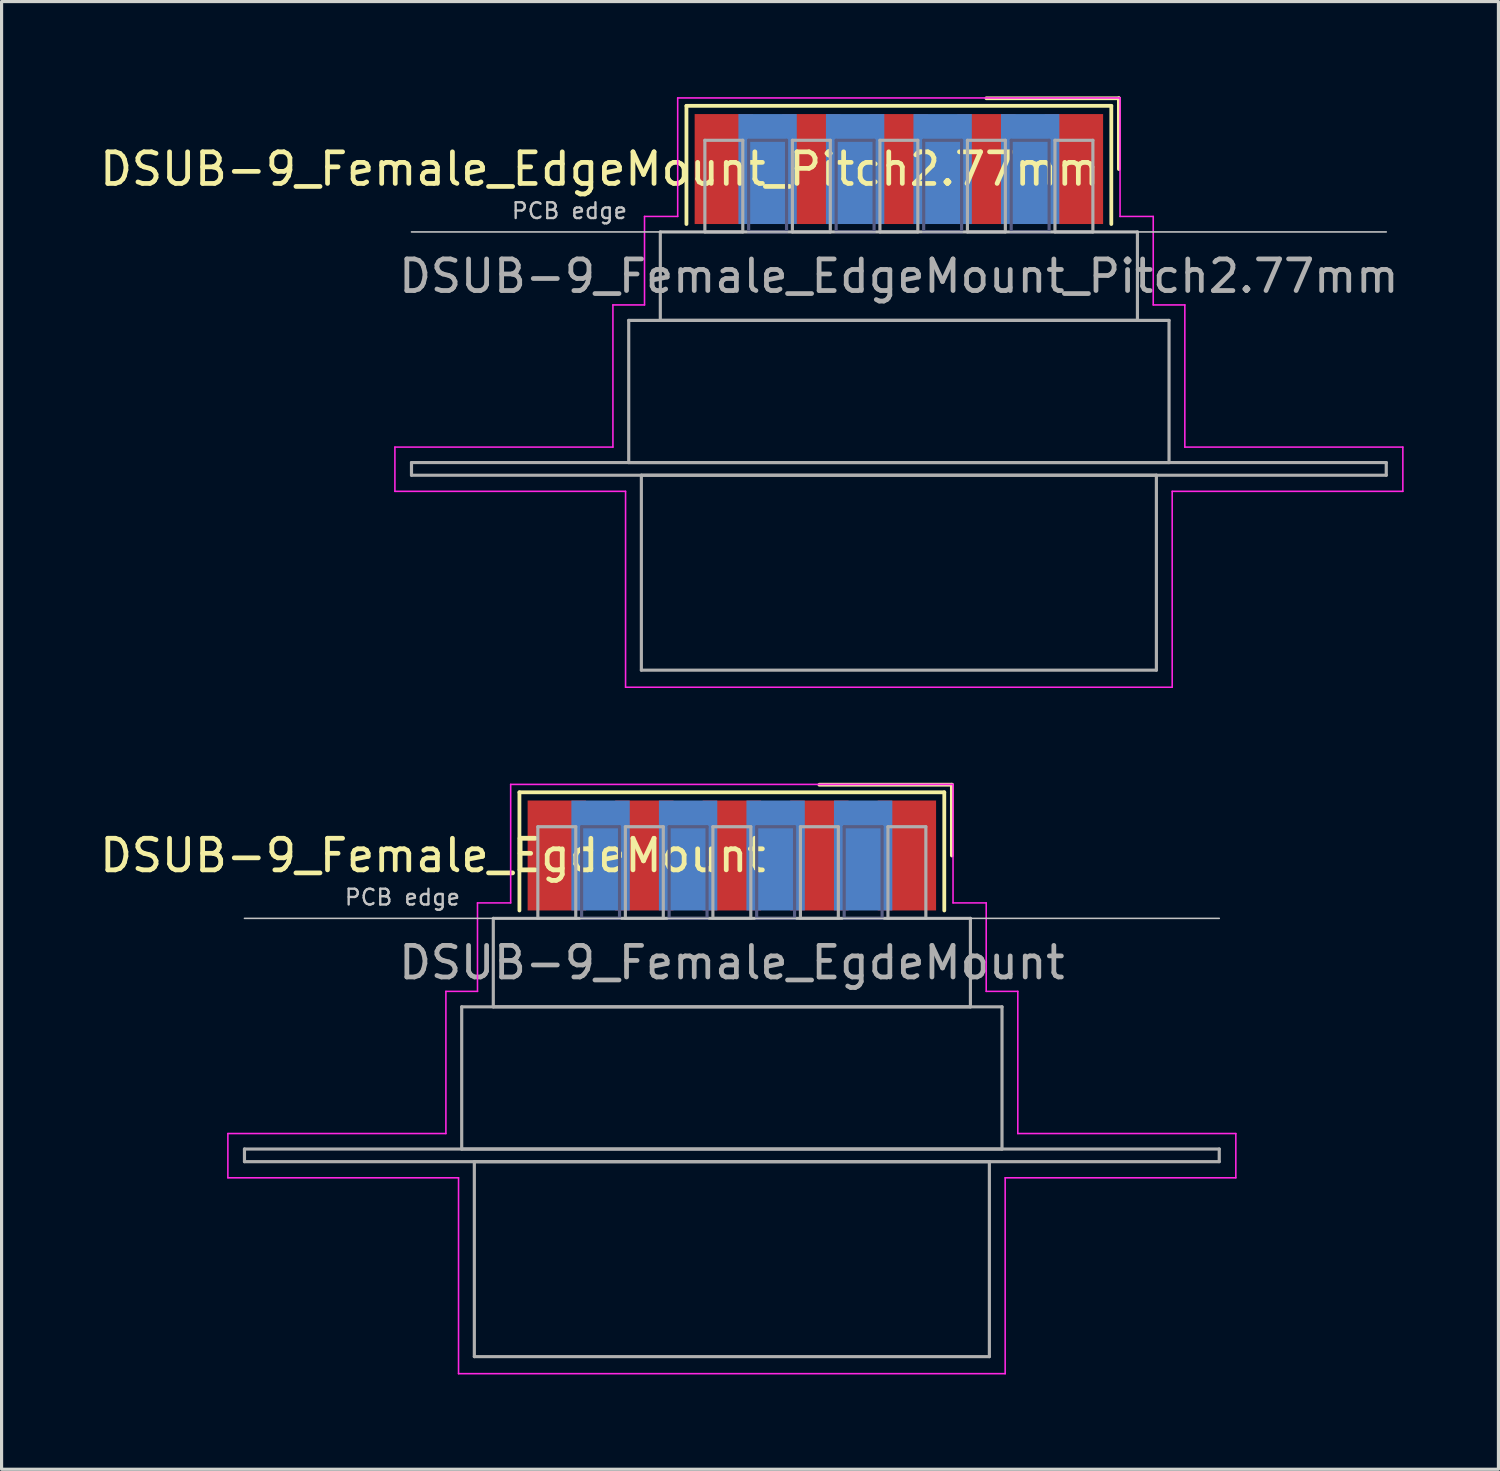
<source format=kicad_pcb>
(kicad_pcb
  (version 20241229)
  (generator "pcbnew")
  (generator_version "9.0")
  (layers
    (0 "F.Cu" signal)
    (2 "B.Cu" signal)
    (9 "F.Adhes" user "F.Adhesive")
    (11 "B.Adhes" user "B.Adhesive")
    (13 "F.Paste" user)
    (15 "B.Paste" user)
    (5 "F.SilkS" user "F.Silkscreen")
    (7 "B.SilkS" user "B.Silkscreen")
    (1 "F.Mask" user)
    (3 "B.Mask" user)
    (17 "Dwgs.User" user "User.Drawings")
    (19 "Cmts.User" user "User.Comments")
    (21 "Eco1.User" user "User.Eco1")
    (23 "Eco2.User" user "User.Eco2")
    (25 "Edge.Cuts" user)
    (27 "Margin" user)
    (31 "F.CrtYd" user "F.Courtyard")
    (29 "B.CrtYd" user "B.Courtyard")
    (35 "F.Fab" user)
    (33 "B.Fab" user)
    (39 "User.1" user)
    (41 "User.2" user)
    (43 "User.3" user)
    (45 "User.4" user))
  (footprint "DSUB-9_Female_EdgeMount_Pitch2.77mm"
    (layer "F.Cu")
    (at 25.398 2.3)
    (property "Reference" "DSUB-9_Female_EdgeMount_Pitch2.77mm" (at -9.463 0 0) (layer "F.SilkS") (effects (font (size 1 1) (thickness 0.15))))
    (attr smd)
    (fp_line (start -6.723 -2) (end -6.723 1.74) (stroke (width 0.12) (type solid)) (layer "F.SilkS"))
    (fp_line (start 6.723 -2) (end -6.723 -2) (stroke (width 0.12) (type solid)) (layer "F.SilkS"))
    (fp_line (start 6.723 1.74) (end 6.723 -2) (stroke (width 0.12) (type solid)) (layer "F.SilkS"))
    (fp_line (start 6.963 -2.24) (end 2.77 -2.24) (stroke (width 0.12) (type solid)) (layer "F.SilkS"))
    (fp_line (start 6.963 0) (end 6.963 -2.24) (stroke (width 0.12) (type solid)) (layer "F.SilkS"))
    (fp_line (start -15.425 1.99) (end 15.425 1.99) (stroke (width 0.05) (type solid)) (layer "Dwgs.User"))
    (fp_line (start -15.95 8.8) (end -9.05 8.8) (stroke (width 0.05) (type solid)) (layer "F.CrtYd"))
    (fp_line (start -15.95 10.2) (end -15.95 8.8) (stroke (width 0.05) (type solid)) (layer "F.CrtYd"))
    (fp_line (start -9.05 4.3) (end -8.05 4.3) (stroke (width 0.05) (type solid)) (layer "F.CrtYd"))
    (fp_line (start -9.05 8.8) (end -9.05 4.3) (stroke (width 0.05) (type solid)) (layer "F.CrtYd"))
    (fp_line (start -8.65 10.2) (end -15.95 10.2) (stroke (width 0.05) (type solid)) (layer "F.CrtYd"))
    (fp_line (start -8.65 16.4) (end -8.65 10.2) (stroke (width 0.05) (type solid)) (layer "F.CrtYd"))
    (fp_line (start -8.05 1.5) (end -7 1.5) (stroke (width 0.05) (type solid)) (layer "F.CrtYd"))
    (fp_line (start -8.05 4.3) (end -8.05 1.5) (stroke (width 0.05) (type solid)) (layer "F.CrtYd"))
    (fp_line (start -7 -2.25) (end 7 -2.25) (stroke (width 0.05) (type solid)) (layer "F.CrtYd"))
    (fp_line (start -7 1.5) (end -7 -2.25) (stroke (width 0.05) (type solid)) (layer "F.CrtYd"))
    (fp_line (start 7 -2.25) (end 7 1.5) (stroke (width 0.05) (type solid)) (layer "F.CrtYd"))
    (fp_line (start 7 1.5) (end 8.05 1.5) (stroke (width 0.05) (type solid)) (layer "F.CrtYd"))
    (fp_line (start 8.05 1.5) (end 8.05 4.3) (stroke (width 0.05) (type solid)) (layer "F.CrtYd"))
    (fp_line (start 8.05 4.3) (end 9.05 4.3) (stroke (width 0.05) (type solid)) (layer "F.CrtYd"))
    (fp_line (start 8.65 10.2) (end 8.65 16.4) (stroke (width 0.05) (type solid)) (layer "F.CrtYd"))
    (fp_line (start 8.65 16.4) (end -8.65 16.4) (stroke (width 0.05) (type solid)) (layer "F.CrtYd"))
    (fp_line (start 9.05 4.3) (end 9.05 8.8) (stroke (width 0.05) (type solid)) (layer "F.CrtYd"))
    (fp_line (start 9.05 8.8) (end 15.95 8.8) (stroke (width 0.05) (type solid)) (layer "F.CrtYd"))
    (fp_line (start 15.95 8.8) (end 15.95 10.2) (stroke (width 0.05) (type solid)) (layer "F.CrtYd"))
    (fp_line (start 15.95 10.2) (end 8.65 10.2) (stroke (width 0.05) (type solid)) (layer "F.CrtYd"))
    (fp_line (start -4.755 -0.91) (end -4.755 1.99) (stroke (width 0.1) (type solid)) (layer "B.Fab"))
    (fp_line (start -4.755 1.99) (end -3.555 1.99) (stroke (width 0.1) (type solid)) (layer "B.Fab"))
    (fp_line (start -3.555 -0.91) (end -4.755 -0.91) (stroke (width 0.1) (type solid)) (layer "B.Fab"))
    (fp_line (start -3.555 1.99) (end -3.555 -0.91) (stroke (width 0.1) (type solid)) (layer "B.Fab"))
    (fp_line (start -1.985 -0.91) (end -1.985 1.99) (stroke (width 0.1) (type solid)) (layer "B.Fab"))
    (fp_line (start -1.985 1.99) (end -0.785 1.99) (stroke (width 0.1) (type solid)) (layer "B.Fab"))
    (fp_line (start -0.785 -0.91) (end -1.985 -0.91) (stroke (width 0.1) (type solid)) (layer "B.Fab"))
    (fp_line (start -0.785 1.99) (end -0.785 -0.91) (stroke (width 0.1) (type solid)) (layer "B.Fab"))
    (fp_line (start 0.785 -0.91) (end 0.785 1.99) (stroke (width 0.1) (type solid)) (layer "B.Fab"))
    (fp_line (start 0.785 1.99) (end 1.985 1.99) (stroke (width 0.1) (type solid)) (layer "B.Fab"))
    (fp_line (start 1.985 -0.91) (end 0.785 -0.91) (stroke (width 0.1) (type solid)) (layer "B.Fab"))
    (fp_line (start 1.985 1.99) (end 1.985 -0.91) (stroke (width 0.1) (type solid)) (layer "B.Fab"))
    (fp_line (start 3.555 -0.91) (end 3.555 1.99) (stroke (width 0.1) (type solid)) (layer "B.Fab"))
    (fp_line (start 3.555 1.99) (end 4.755 1.99) (stroke (width 0.1) (type solid)) (layer "B.Fab"))
    (fp_line (start 4.755 -0.91) (end 3.555 -0.91) (stroke (width 0.1) (type solid)) (layer "B.Fab"))
    (fp_line (start 4.755 1.99) (end 4.755 -0.91) (stroke (width 0.1) (type solid)) (layer "B.Fab"))
    (fp_line (start -15.425 9.29) (end -15.425 9.69) (stroke (width 0.1) (type solid)) (layer "F.Fab"))
    (fp_line (start -15.425 9.69) (end 15.425 9.69) (stroke (width 0.1) (type solid)) (layer "F.Fab"))
    (fp_line (start -8.55 4.79) (end -8.55 9.29) (stroke (width 0.1) (type solid)) (layer "F.Fab"))
    (fp_line (start -8.55 9.29) (end 8.55 9.29) (stroke (width 0.1) (type solid)) (layer "F.Fab"))
    (fp_line (start -8.15 9.69) (end -8.15 15.86) (stroke (width 0.1) (type solid)) (layer "F.Fab"))
    (fp_line (start -8.15 15.86) (end 8.15 15.86) (stroke (width 0.1) (type solid)) (layer "F.Fab"))
    (fp_line (start -7.55 1.99) (end -7.55 4.79) (stroke (width 0.1) (type solid)) (layer "F.Fab"))
    (fp_line (start -7.55 4.79) (end 7.55 4.79) (stroke (width 0.1) (type solid)) (layer "F.Fab"))
    (fp_line (start -6.14 -0.91) (end -6.14 1.99) (stroke (width 0.1) (type solid)) (layer "F.Fab"))
    (fp_line (start -6.14 1.99) (end -4.94 1.99) (stroke (width 0.1) (type solid)) (layer "F.Fab"))
    (fp_line (start -4.94 -0.91) (end -6.14 -0.91) (stroke (width 0.1) (type solid)) (layer "F.Fab"))
    (fp_line (start -4.94 1.99) (end -4.94 -0.91) (stroke (width 0.1) (type solid)) (layer "F.Fab"))
    (fp_line (start -3.37 -0.91) (end -3.37 1.99) (stroke (width 0.1) (type solid)) (layer "F.Fab"))
    (fp_line (start -3.37 1.99) (end -2.17 1.99) (stroke (width 0.1) (type solid)) (layer "F.Fab"))
    (fp_line (start -2.17 -0.91) (end -3.37 -0.91) (stroke (width 0.1) (type solid)) (layer "F.Fab"))
    (fp_line (start -2.17 1.99) (end -2.17 -0.91) (stroke (width 0.1) (type solid)) (layer "F.Fab"))
    (fp_line (start -0.6 -0.91) (end -0.6 1.99) (stroke (width 0.1) (type solid)) (layer "F.Fab"))
    (fp_line (start -0.6 1.99) (end 0.6 1.99) (stroke (width 0.1) (type solid)) (layer "F.Fab"))
    (fp_line (start 0.6 -0.91) (end -0.6 -0.91) (stroke (width 0.1) (type solid)) (layer "F.Fab"))
    (fp_line (start 0.6 1.99) (end 0.6 -0.91) (stroke (width 0.1) (type solid)) (layer "F.Fab"))
    (fp_line (start 2.17 -0.91) (end 2.17 1.99) (stroke (width 0.1) (type solid)) (layer "F.Fab"))
    (fp_line (start 2.17 1.99) (end 3.37 1.99) (stroke (width 0.1) (type solid)) (layer "F.Fab"))
    (fp_line (start 3.37 -0.91) (end 2.17 -0.91) (stroke (width 0.1) (type solid)) (layer "F.Fab"))
    (fp_line (start 3.37 1.99) (end 3.37 -0.91) (stroke (width 0.1) (type solid)) (layer "F.Fab"))
    (fp_line (start 4.94 -0.91) (end 4.94 1.99) (stroke (width 0.1) (type solid)) (layer "F.Fab"))
    (fp_line (start 4.94 1.99) (end 6.14 1.99) (stroke (width 0.1) (type solid)) (layer "F.Fab"))
    (fp_line (start 6.14 -0.91) (end 4.94 -0.91) (stroke (width 0.1) (type solid)) (layer "F.Fab"))
    (fp_line (start 6.14 1.99) (end 6.14 -0.91) (stroke (width 0.1) (type solid)) (layer "F.Fab"))
    (fp_line (start 7.55 1.99) (end -7.55 1.99) (stroke (width 0.1) (type solid)) (layer "F.Fab"))
    (fp_line (start 7.55 4.79) (end 7.55 1.99) (stroke (width 0.1) (type solid)) (layer "F.Fab"))
    (fp_line (start 8.15 9.69) (end -8.15 9.69) (stroke (width 0.1) (type solid)) (layer "F.Fab"))
    (fp_line (start 8.15 15.86) (end 8.15 9.69) (stroke (width 0.1) (type solid)) (layer "F.Fab"))
    (fp_line (start 8.55 4.79) (end -8.55 4.79) (stroke (width 0.1) (type solid)) (layer "F.Fab"))
    (fp_line (start 8.55 9.29) (end 8.55 4.79) (stroke (width 0.1) (type solid)) (layer "F.Fab"))
    (fp_line (start 15.425 9.29) (end -15.425 9.29) (stroke (width 0.1) (type solid)) (layer "F.Fab"))
    (fp_line (start 15.425 9.69) (end 15.425 9.29) (stroke (width 0.1) (type solid)) (layer "F.Fab"))
    (fp_text user "PCB edge" (at -10.425 1.323 0) (layer "Dwgs.User") (effects (font (size 0.5 0.5) (thickness 0.075))))
    (fp_text user "${REFERENCE}" (at 0 3.39 0) (layer "F.Fab") (effects (font (size 1 1) (thickness 0.15))))
    (pad "1" smd rect (at 5.54 0) (size 1.847 3.48) (layers "F.Cu" "F.Mask" "F.Paste"))
    (pad "2" smd rect (at 2.77 0) (size 1.847 3.48) (layers "F.Cu" "F.Mask" "F.Paste"))
    (pad "3" smd rect (at 0 0) (size 1.847 3.48) (layers "F.Cu" "F.Mask" "F.Paste"))
    (pad "4" smd rect (at -2.77 0) (size 1.847 3.48) (layers "F.Cu" "F.Mask" "F.Paste"))
    (pad "5" smd rect (at -5.54 0) (size 1.847 3.48) (layers "F.Cu" "F.Mask" "F.Paste"))
    (pad "6" smd rect (at 4.155 0) (size 1.847 3.48) (layers "B.Cu" "B.Mask" "B.Paste"))
    (pad "7" smd rect (at 1.385 0) (size 1.847 3.48) (layers "B.Cu" "B.Mask" "B.Paste"))
    (pad "8" smd rect (at -1.385 0) (size 1.847 3.48) (layers "B.Cu" "B.Mask" "B.Paste"))
    (pad "9" smd rect (at -4.155 0) (size 1.847 3.48) (layers "B.Cu" "B.Mask" "B.Paste")))
  (footprint "DSUB-9_Female_EgdeMount"
    (layer "F.Cu")
    (at 20.112 24.025)
    (property "Reference" "DSUB-9_Female_EgdeMount" (at -9.463 0 0) (layer "F.SilkS") (effects (font (size 1 1) (thickness 0.15))))
    (attr smd)
    (fp_line (start -6.723 -2) (end -6.723 1.74) (stroke (width 0.12) (type solid)) (layer "F.SilkS"))
    (fp_line (start 6.723 -2) (end -6.723 -2) (stroke (width 0.12) (type solid)) (layer "F.SilkS"))
    (fp_line (start 6.723 1.74) (end 6.723 -2) (stroke (width 0.12) (type solid)) (layer "F.SilkS"))
    (fp_line (start 6.963 -2.24) (end 2.77 -2.24) (stroke (width 0.12) (type solid)) (layer "F.SilkS"))
    (fp_line (start 6.963 0) (end 6.963 -2.24) (stroke (width 0.12) (type solid)) (layer "F.SilkS"))
    (fp_line (start -15.425 1.99) (end 15.425 1.99) (stroke (width 0.05) (type solid)) (layer "Dwgs.User"))
    (fp_line (start -15.95 8.8) (end -9.05 8.8) (stroke (width 0.05) (type solid)) (layer "F.CrtYd"))
    (fp_line (start -15.95 10.2) (end -15.95 8.8) (stroke (width 0.05) (type solid)) (layer "F.CrtYd"))
    (fp_line (start -9.05 4.3) (end -8.05 4.3) (stroke (width 0.05) (type solid)) (layer "F.CrtYd"))
    (fp_line (start -9.05 8.8) (end -9.05 4.3) (stroke (width 0.05) (type solid)) (layer "F.CrtYd"))
    (fp_line (start -8.65 10.2) (end -15.95 10.2) (stroke (width 0.05) (type solid)) (layer "F.CrtYd"))
    (fp_line (start -8.65 16.4) (end -8.65 10.2) (stroke (width 0.05) (type solid)) (layer "F.CrtYd"))
    (fp_line (start -8.05 1.5) (end -7 1.5) (stroke (width 0.05) (type solid)) (layer "F.CrtYd"))
    (fp_line (start -8.05 4.3) (end -8.05 1.5) (stroke (width 0.05) (type solid)) (layer "F.CrtYd"))
    (fp_line (start -7 -2.25) (end 7 -2.25) (stroke (width 0.05) (type solid)) (layer "F.CrtYd"))
    (fp_line (start -7 1.5) (end -7 -2.25) (stroke (width 0.05) (type solid)) (layer "F.CrtYd"))
    (fp_line (start 7 -2.25) (end 7 1.5) (stroke (width 0.05) (type solid)) (layer "F.CrtYd"))
    (fp_line (start 7 1.5) (end 8.05 1.5) (stroke (width 0.05) (type solid)) (layer "F.CrtYd"))
    (fp_line (start 8.05 1.5) (end 8.05 4.3) (stroke (width 0.05) (type solid)) (layer "F.CrtYd"))
    (fp_line (start 8.05 4.3) (end 9.05 4.3) (stroke (width 0.05) (type solid)) (layer "F.CrtYd"))
    (fp_line (start 8.65 10.2) (end 8.65 16.4) (stroke (width 0.05) (type solid)) (layer "F.CrtYd"))
    (fp_line (start 8.65 16.4) (end -8.65 16.4) (stroke (width 0.05) (type solid)) (layer "F.CrtYd"))
    (fp_line (start 9.05 4.3) (end 9.05 8.8) (stroke (width 0.05) (type solid)) (layer "F.CrtYd"))
    (fp_line (start 9.05 8.8) (end 15.95 8.8) (stroke (width 0.05) (type solid)) (layer "F.CrtYd"))
    (fp_line (start 15.95 8.8) (end 15.95 10.2) (stroke (width 0.05) (type solid)) (layer "F.CrtYd"))
    (fp_line (start 15.95 10.2) (end 8.65 10.2) (stroke (width 0.05) (type solid)) (layer "F.CrtYd"))
    (fp_line (start -4.755 -0.91) (end -4.755 1.99) (stroke (width 0.1) (type solid)) (layer "B.Fab"))
    (fp_line (start -4.755 1.99) (end -3.555 1.99) (stroke (width 0.1) (type solid)) (layer "B.Fab"))
    (fp_line (start -3.555 -0.91) (end -4.755 -0.91) (stroke (width 0.1) (type solid)) (layer "B.Fab"))
    (fp_line (start -3.555 1.99) (end -3.555 -0.91) (stroke (width 0.1) (type solid)) (layer "B.Fab"))
    (fp_line (start -1.985 -0.91) (end -1.985 1.99) (stroke (width 0.1) (type solid)) (layer "B.Fab"))
    (fp_line (start -1.985 1.99) (end -0.785 1.99) (stroke (width 0.1) (type solid)) (layer "B.Fab"))
    (fp_line (start -0.785 -0.91) (end -1.985 -0.91) (stroke (width 0.1) (type solid)) (layer "B.Fab"))
    (fp_line (start -0.785 1.99) (end -0.785 -0.91) (stroke (width 0.1) (type solid)) (layer "B.Fab"))
    (fp_line (start 0.785 -0.91) (end 0.785 1.99) (stroke (width 0.1) (type solid)) (layer "B.Fab"))
    (fp_line (start 0.785 1.99) (end 1.985 1.99) (stroke (width 0.1) (type solid)) (layer "B.Fab"))
    (fp_line (start 1.985 -0.91) (end 0.785 -0.91) (stroke (width 0.1) (type solid)) (layer "B.Fab"))
    (fp_line (start 1.985 1.99) (end 1.985 -0.91) (stroke (width 0.1) (type solid)) (layer "B.Fab"))
    (fp_line (start 3.555 -0.91) (end 3.555 1.99) (stroke (width 0.1) (type solid)) (layer "B.Fab"))
    (fp_line (start 3.555 1.99) (end 4.755 1.99) (stroke (width 0.1) (type solid)) (layer "B.Fab"))
    (fp_line (start 4.755 -0.91) (end 3.555 -0.91) (stroke (width 0.1) (type solid)) (layer "B.Fab"))
    (fp_line (start 4.755 1.99) (end 4.755 -0.91) (stroke (width 0.1) (type solid)) (layer "B.Fab"))
    (fp_line (start -15.425 9.29) (end -15.425 9.69) (stroke (width 0.1) (type solid)) (layer "F.Fab"))
    (fp_line (start -15.425 9.69) (end 15.425 9.69) (stroke (width 0.1) (type solid)) (layer "F.Fab"))
    (fp_line (start -8.55 4.79) (end -8.55 9.29) (stroke (width 0.1) (type solid)) (layer "F.Fab"))
    (fp_line (start -8.55 9.29) (end 8.55 9.29) (stroke (width 0.1) (type solid)) (layer "F.Fab"))
    (fp_line (start -8.15 9.69) (end -8.15 15.86) (stroke (width 0.1) (type solid)) (layer "F.Fab"))
    (fp_line (start -8.15 15.86) (end 8.15 15.86) (stroke (width 0.1) (type solid)) (layer "F.Fab"))
    (fp_line (start -7.55 1.99) (end -7.55 4.79) (stroke (width 0.1) (type solid)) (layer "F.Fab"))
    (fp_line (start -7.55 4.79) (end 7.55 4.79) (stroke (width 0.1) (type solid)) (layer "F.Fab"))
    (fp_line (start -6.14 -0.91) (end -6.14 1.99) (stroke (width 0.1) (type solid)) (layer "F.Fab"))
    (fp_line (start -6.14 1.99) (end -4.94 1.99) (stroke (width 0.1) (type solid)) (layer "F.Fab"))
    (fp_line (start -4.94 -0.91) (end -6.14 -0.91) (stroke (width 0.1) (type solid)) (layer "F.Fab"))
    (fp_line (start -4.94 1.99) (end -4.94 -0.91) (stroke (width 0.1) (type solid)) (layer "F.Fab"))
    (fp_line (start -3.37 -0.91) (end -3.37 1.99) (stroke (width 0.1) (type solid)) (layer "F.Fab"))
    (fp_line (start -3.37 1.99) (end -2.17 1.99) (stroke (width 0.1) (type solid)) (layer "F.Fab"))
    (fp_line (start -2.17 -0.91) (end -3.37 -0.91) (stroke (width 0.1) (type solid)) (layer "F.Fab"))
    (fp_line (start -2.17 1.99) (end -2.17 -0.91) (stroke (width 0.1) (type solid)) (layer "F.Fab"))
    (fp_line (start -0.6 -0.91) (end -0.6 1.99) (stroke (width 0.1) (type solid)) (layer "F.Fab"))
    (fp_line (start -0.6 1.99) (end 0.6 1.99) (stroke (width 0.1) (type solid)) (layer "F.Fab"))
    (fp_line (start 0.6 -0.91) (end -0.6 -0.91) (stroke (width 0.1) (type solid)) (layer "F.Fab"))
    (fp_line (start 0.6 1.99) (end 0.6 -0.91) (stroke (width 0.1) (type solid)) (layer "F.Fab"))
    (fp_line (start 2.17 -0.91) (end 2.17 1.99) (stroke (width 0.1) (type solid)) (layer "F.Fab"))
    (fp_line (start 2.17 1.99) (end 3.37 1.99) (stroke (width 0.1) (type solid)) (layer "F.Fab"))
    (fp_line (start 3.37 -0.91) (end 2.17 -0.91) (stroke (width 0.1) (type solid)) (layer "F.Fab"))
    (fp_line (start 3.37 1.99) (end 3.37 -0.91) (stroke (width 0.1) (type solid)) (layer "F.Fab"))
    (fp_line (start 4.94 -0.91) (end 4.94 1.99) (stroke (width 0.1) (type solid)) (layer "F.Fab"))
    (fp_line (start 4.94 1.99) (end 6.14 1.99) (stroke (width 0.1) (type solid)) (layer "F.Fab"))
    (fp_line (start 6.14 -0.91) (end 4.94 -0.91) (stroke (width 0.1) (type solid)) (layer "F.Fab"))
    (fp_line (start 6.14 1.99) (end 6.14 -0.91) (stroke (width 0.1) (type solid)) (layer "F.Fab"))
    (fp_line (start 7.55 1.99) (end -7.55 1.99) (stroke (width 0.1) (type solid)) (layer "F.Fab"))
    (fp_line (start 7.55 4.79) (end 7.55 1.99) (stroke (width 0.1) (type solid)) (layer "F.Fab"))
    (fp_line (start 8.15 9.69) (end -8.15 9.69) (stroke (width 0.1) (type solid)) (layer "F.Fab"))
    (fp_line (start 8.15 15.86) (end 8.15 9.69) (stroke (width 0.1) (type solid)) (layer "F.Fab"))
    (fp_line (start 8.55 4.79) (end -8.55 4.79) (stroke (width 0.1) (type solid)) (layer "F.Fab"))
    (fp_line (start 8.55 9.29) (end 8.55 4.79) (stroke (width 0.1) (type solid)) (layer "F.Fab"))
    (fp_line (start 15.425 9.29) (end -15.425 9.29) (stroke (width 0.1) (type solid)) (layer "F.Fab"))
    (fp_line (start 15.425 9.69) (end 15.425 9.29) (stroke (width 0.1) (type solid)) (layer "F.Fab"))
    (fp_text user "PCB edge" (at -10.425 1.323 0) (layer "Dwgs.User") (effects (font (size 0.5 0.5) (thickness 0.075))))
    (fp_text user "${REFERENCE}" (at 0 3.39 0) (layer "F.Fab") (effects (font (size 1 1) (thickness 0.15))))
    (pad "1" smd rect (at 5.54 0) (size 1.847 3.48) (layers "F.Cu" "F.Mask" "F.Paste"))
    (pad "2" smd rect (at 2.77 0) (size 1.847 3.48) (layers "F.Cu" "F.Mask" "F.Paste"))
    (pad "3" smd rect (at 0 0) (size 1.847 3.48) (layers "F.Cu" "F.Mask" "F.Paste"))
    (pad "4" smd rect (at -2.77 0) (size 1.847 3.48) (layers "F.Cu" "F.Mask" "F.Paste"))
    (pad "5" smd rect (at -5.54 0) (size 1.847 3.48) (layers "F.Cu" "F.Mask" "F.Paste"))
    (pad "6" smd rect (at 4.155 0) (size 1.847 3.48) (layers "B.Cu" "B.Mask" "B.Paste"))
    (pad "7" smd rect (at 1.385 0) (size 1.847 3.48) (layers "B.Cu" "B.Mask" "B.Paste"))
    (pad "8" smd rect (at -1.385 0) (size 1.847 3.48) (layers "B.Cu" "B.Mask" "B.Paste"))
    (pad "9" smd rect (at -4.155 0) (size 1.847 3.48) (layers "B.Cu" "B.Mask" "B.Paste")))
  (gr_rect
    (start -3 -3)
    (end 44.373 43.45)
    (stroke (width 0.1) (type default))
    (fill no)
    (layer "Edge.Cuts")))
</source>
